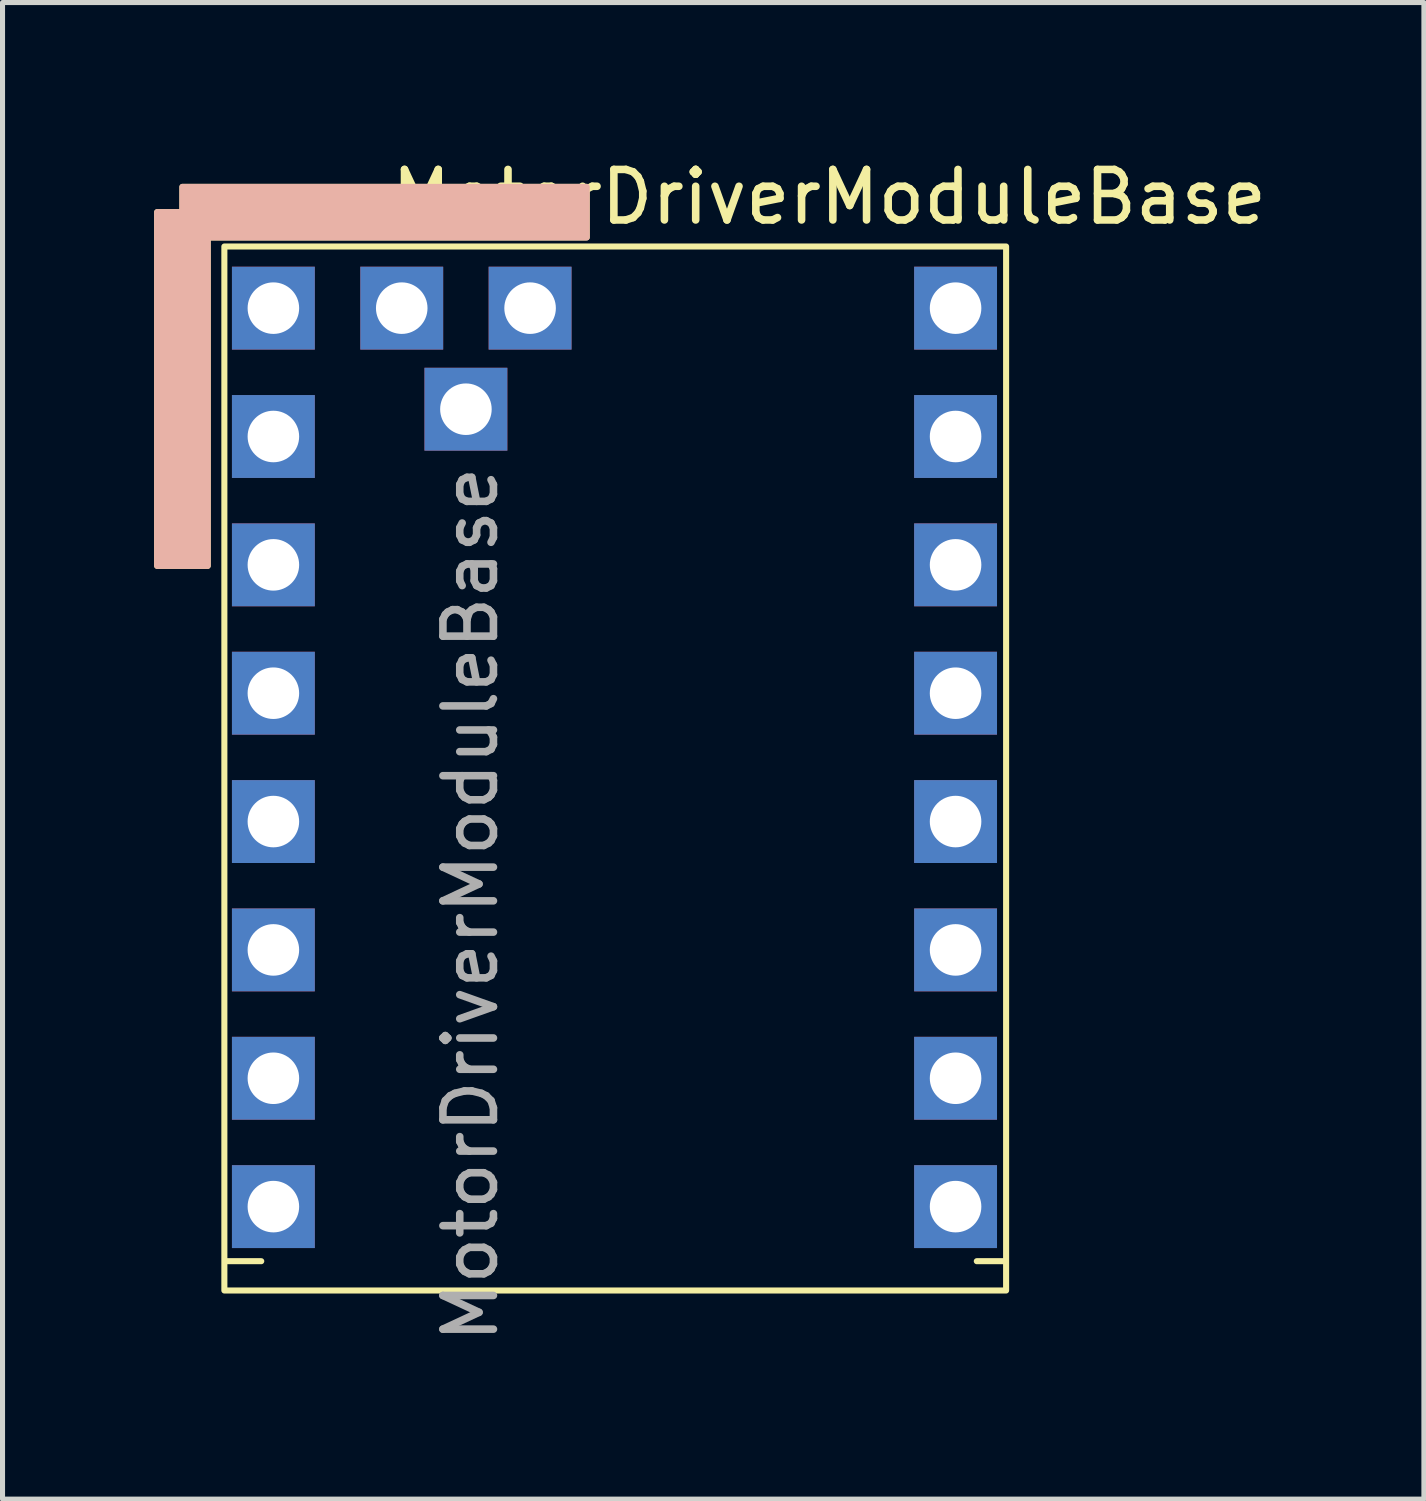
<source format=kicad_pcb>
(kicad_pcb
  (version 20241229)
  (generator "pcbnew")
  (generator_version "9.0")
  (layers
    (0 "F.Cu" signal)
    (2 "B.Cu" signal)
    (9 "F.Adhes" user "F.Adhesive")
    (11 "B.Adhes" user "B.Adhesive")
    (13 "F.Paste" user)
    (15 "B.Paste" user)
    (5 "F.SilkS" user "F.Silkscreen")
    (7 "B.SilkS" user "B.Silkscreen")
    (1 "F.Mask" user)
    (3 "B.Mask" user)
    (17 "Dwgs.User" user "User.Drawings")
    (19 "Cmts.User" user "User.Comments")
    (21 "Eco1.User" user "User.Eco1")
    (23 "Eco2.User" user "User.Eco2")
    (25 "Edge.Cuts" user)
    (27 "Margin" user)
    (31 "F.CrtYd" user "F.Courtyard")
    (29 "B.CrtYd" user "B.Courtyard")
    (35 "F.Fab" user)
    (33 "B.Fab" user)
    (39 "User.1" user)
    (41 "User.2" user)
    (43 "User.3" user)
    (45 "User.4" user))
  (footprint "MotorDriverModuleBase"
    (layer "F.Cu")
    (at 9.56 10.648)
    (property "Reference" "MotorDriverModuleBase" (at 3.8 -9.8 0) (unlocked yes) (layer "F.SilkS") (effects (font (size 1 1) (thickness 0.15))))
    (attr through_hole)
    (fp_line (start -8.13 11.26) (end -7.44 11.26) (stroke (width 0.12) (type solid)) (layer "F.SilkS"))
    (fp_line (start 7.27 11.26) (end 6.72 11.26) (stroke (width 0.12) (type solid)) (layer "F.SilkS"))
    (fp_rect (start -9.5 -9.5) (end -8.5 -2.5) (stroke (width 0.12) (type solid)) (fill yes) (layer "F.SilkS"))
    (fp_rect (start -9 -10) (end -1 -9) (stroke (width 0.12) (type solid)) (fill yes) (layer "F.SilkS"))
    (fp_rect (start -8.17 -8.82) (end 7.3 11.84) (stroke (width 0.12) (type solid)) (fill no) (layer "F.SilkS"))
    (fp_rect (start -9.5 -9.5) (end -8.5 -2.5) (stroke (width 0.12) (type solid)) (fill yes) (layer "B.SilkS"))
    (fp_rect (start -9 -10) (end -1 -9) (stroke (width 0.12) (type solid)) (fill yes) (layer "B.SilkS"))
    (fp_text user "${REFERENCE}" (at -3.3 4.2 90) (unlocked yes) (layer "F.Fab") (effects (font (size 1 1) (thickness 0.15))))
    (pad "0" thru_hole rect (at -7.2 -7.6) (size 1.64 1.64) (drill 1.02) (layers "*.Cu" "*.Mask"))
    (pad "1" thru_hole rect (at -7.2 -5.06) (size 1.64 1.64) (drill 1.02) (layers "*.Cu" "*.Mask"))
    (pad "2" thru_hole rect (at -7.2 -2.52) (size 1.64 1.64) (drill 1.02) (layers "*.Cu" "*.Mask"))
    (pad "3" thru_hole rect (at -7.2 0.02) (size 1.64 1.64) (drill 1.02) (layers "*.Cu" "*.Mask"))
    (pad "4" thru_hole rect (at -7.2 2.56) (size 1.64 1.64) (drill 1.02) (layers "*.Cu" "*.Mask"))
    (pad "5" thru_hole rect (at -7.2 5.1) (size 1.64 1.64) (drill 1.02) (layers "*.Cu" "*.Mask"))
    (pad "6" thru_hole rect (at -7.2 7.64) (size 1.64 1.64) (drill 1.02) (layers "*.Cu" "*.Mask"))
    (pad "7" thru_hole rect (at -7.2 10.18) (size 1.64 1.64) (drill 1.02) (layers "*.Cu" "*.Mask"))
    (pad "8" thru_hole rect (at 6.3 10.18) (size 1.64 1.64) (drill 1.02) (layers "*.Cu" "*.Mask"))
    (pad "9" thru_hole rect (at 6.3 7.64) (size 1.64 1.64) (drill 1.02) (layers "*.Cu" "*.Mask"))
    (pad "10" thru_hole rect (at 6.3 5.1) (size 1.64 1.64) (drill 1.02) (layers "*.Cu" "*.Mask"))
    (pad "11" thru_hole rect (at 6.3 2.56) (size 1.64 1.64) (drill 1.02) (layers "*.Cu" "*.Mask"))
    (pad "12" thru_hole rect (at 6.3 0.02) (size 1.64 1.64) (drill 1.02) (layers "*.Cu" "*.Mask"))
    (pad "13" thru_hole rect (at 6.3 -2.52) (size 1.64 1.64) (drill 1.02) (layers "*.Cu" "*.Mask"))
    (pad "14" thru_hole rect (at 6.3 -5.06) (size 1.64 1.64) (drill 1.02) (layers "*.Cu" "*.Mask"))
    (pad "15" thru_hole rect (at 6.3 -7.6) (size 1.64 1.64) (drill 1.02) (layers "*.Cu" "*.Mask"))
    (pad "16" thru_hole rect (at -4.66 -7.6 90) (size 1.64 1.64) (drill 1.02) (layers "*.Cu" "*.Mask"))
    (pad "17" thru_hole rect (at -2.12 -7.6 90) (size 1.64 1.64) (drill 1.02) (layers "*.Cu" "*.Mask"))
    (pad "18" thru_hole rect (at -3.39 -5.6 90) (size 1.64 1.64) (drill 1.02) (layers "*.Cu" "*.Mask")))
  (gr_rect
    (start -3 -3)
    (end 25.128 26.616)
    (stroke (width 0.1) (type default))
    (fill no)
    (layer "Edge.Cuts")))
</source>
